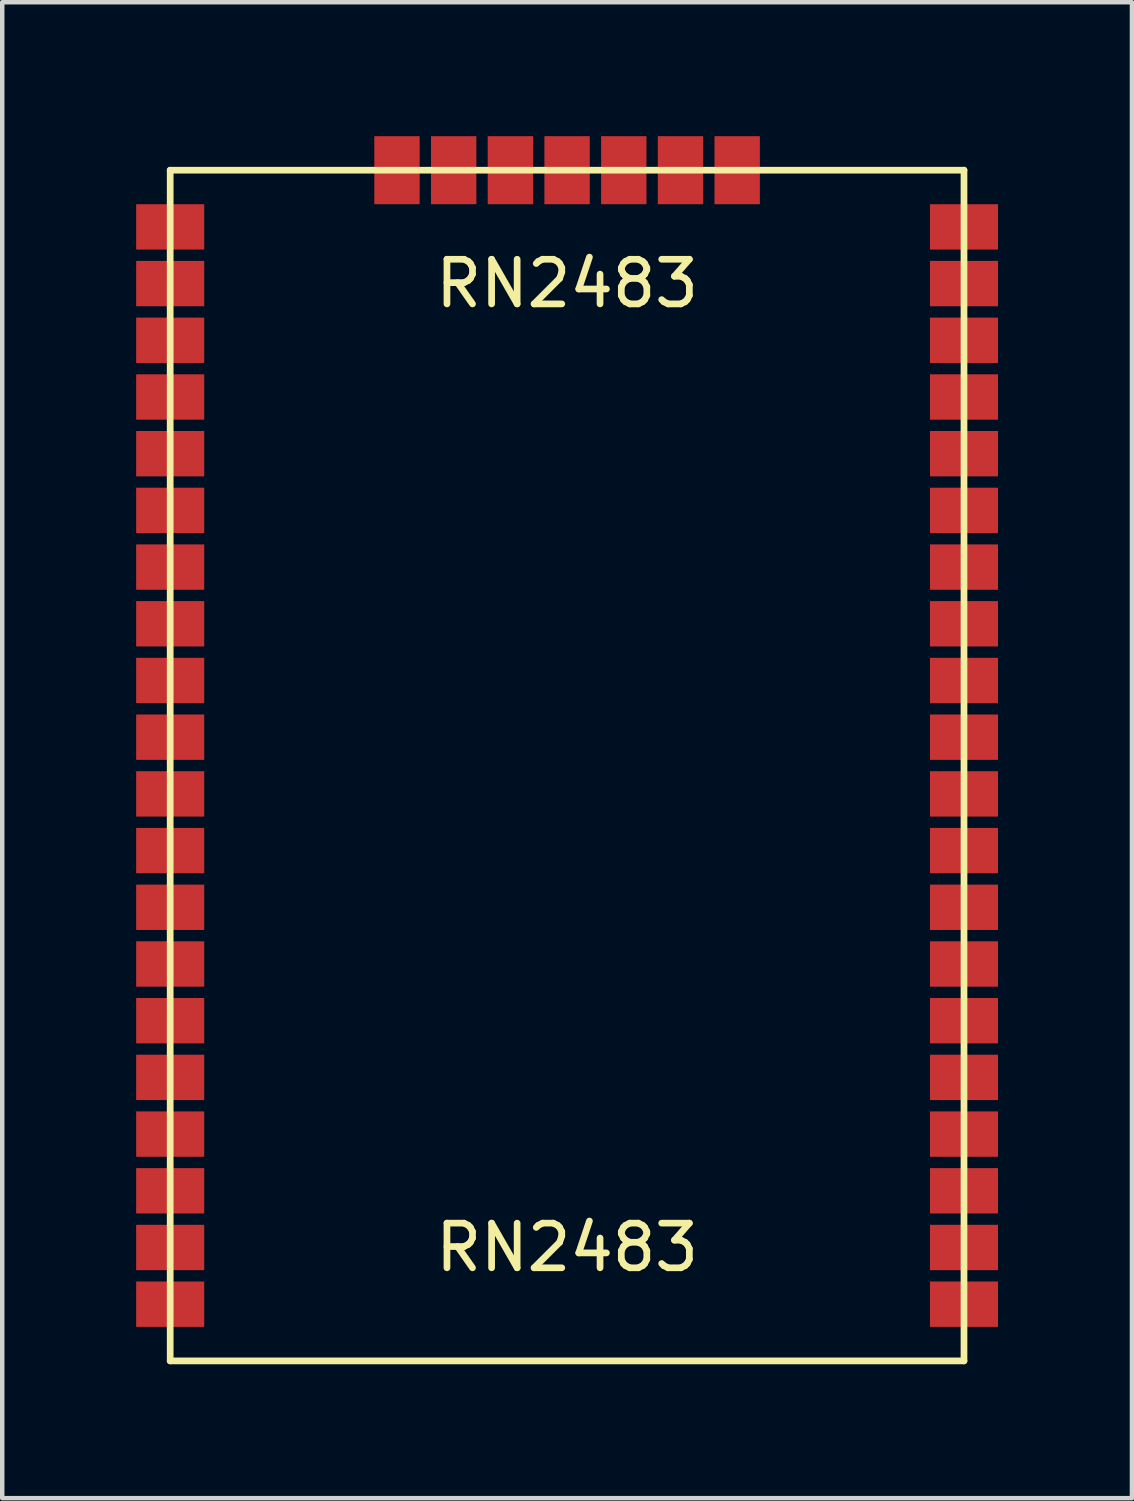
<source format=kicad_pcb>
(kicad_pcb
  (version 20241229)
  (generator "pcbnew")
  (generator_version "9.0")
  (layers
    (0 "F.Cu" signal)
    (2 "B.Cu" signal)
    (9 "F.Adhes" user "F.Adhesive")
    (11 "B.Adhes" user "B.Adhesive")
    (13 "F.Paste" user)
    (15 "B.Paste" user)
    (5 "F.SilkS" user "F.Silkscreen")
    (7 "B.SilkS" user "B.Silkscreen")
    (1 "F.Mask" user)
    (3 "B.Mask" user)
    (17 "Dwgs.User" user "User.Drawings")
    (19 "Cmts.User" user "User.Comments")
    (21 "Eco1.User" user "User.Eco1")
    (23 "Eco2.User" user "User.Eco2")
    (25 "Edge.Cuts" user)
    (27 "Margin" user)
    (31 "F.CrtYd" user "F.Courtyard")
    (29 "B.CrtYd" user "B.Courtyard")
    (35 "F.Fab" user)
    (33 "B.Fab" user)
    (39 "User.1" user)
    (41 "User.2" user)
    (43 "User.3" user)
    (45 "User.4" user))
  (footprint "RN2483"
    (layer "F.Cu")
    (at 9.652 14.097)
    (property "Reference" "RN2483" (at 0 -10.795 0) (layer "F.SilkS") (effects (font (size 1 1) (thickness 0.15))))
    (attr through_hole)
    (fp_line (start -8.89 -13.335) (end 8.89 -13.335) (stroke (width 0.15) (type solid)) (layer "F.SilkS"))
    (fp_line (start -8.89 13.335) (end -8.89 -13.335) (stroke (width 0.15) (type solid)) (layer "F.SilkS"))
    (fp_line (start 8.89 -13.335) (end 8.89 13.335) (stroke (width 0.15) (type solid)) (layer "F.SilkS"))
    (fp_line (start 8.89 13.335) (end -8.89 13.335) (stroke (width 0.15) (type solid)) (layer "F.SilkS"))
    (fp_text user "RN2483" (at 0 10.795 0) (layer "F.SilkS") (effects (font (size 1 1) (thickness 0.15))))
    (pad "1" smd rect (at 8.89 12.065) (size 1.524 1.016) (layers "F.Cu" "F.Mask" "F.Paste"))
    (pad "2" smd rect (at 8.89 10.795) (size 1.524 1.016) (layers "F.Cu" "F.Mask" "F.Paste"))
    (pad "3" smd rect (at 8.89 9.525) (size 1.524 1.016) (layers "F.Cu" "F.Mask" "F.Paste"))
    (pad "4" smd rect (at 8.89 8.255) (size 1.524 1.016) (layers "F.Cu" "F.Mask" "F.Paste"))
    (pad "5" smd rect (at 8.89 6.985) (size 1.524 1.016) (layers "F.Cu" "F.Mask" "F.Paste"))
    (pad "6" smd rect (at 8.89 5.715) (size 1.524 1.016) (layers "F.Cu" "F.Mask" "F.Paste"))
    (pad "7" smd rect (at 8.89 4.445) (size 1.524 1.016) (layers "F.Cu" "F.Mask" "F.Paste"))
    (pad "8" smd rect (at 8.89 3.175) (size 1.524 1.016) (layers "F.Cu" "F.Mask" "F.Paste"))
    (pad "9" smd rect (at 8.89 1.905) (size 1.524 1.016) (layers "F.Cu" "F.Mask" "F.Paste"))
    (pad "10" smd rect (at 8.89 0.635) (size 1.524 1.016) (layers "F.Cu" "F.Mask" "F.Paste"))
    (pad "11" smd rect (at 8.89 -0.635) (size 1.524 1.016) (layers "F.Cu" "F.Mask" "F.Paste"))
    (pad "12" smd rect (at 8.89 -1.905) (size 1.524 1.016) (layers "F.Cu" "F.Mask" "F.Paste"))
    (pad "13" smd rect (at 8.89 -3.175) (size 1.524 1.016) (layers "F.Cu" "F.Mask" "F.Paste"))
    (pad "14" smd rect (at 8.89 -4.445) (size 1.524 1.016) (layers "F.Cu" "F.Mask" "F.Paste"))
    (pad "15" smd rect (at 8.89 -5.715) (size 1.524 1.016) (layers "F.Cu" "F.Mask" "F.Paste"))
    (pad "16" smd rect (at 8.89 -6.985) (size 1.524 1.016) (layers "F.Cu" "F.Mask" "F.Paste"))
    (pad "17" smd rect (at 8.89 -8.255) (size 1.524 1.016) (layers "F.Cu" "F.Mask" "F.Paste"))
    (pad "18" smd rect (at 8.89 -9.525) (size 1.524 1.016) (layers "F.Cu" "F.Mask" "F.Paste"))
    (pad "19" smd rect (at 8.89 -10.795) (size 1.524 1.016) (layers "F.Cu" "F.Mask" "F.Paste"))
    (pad "20" smd rect (at 8.89 -12.065) (size 1.524 1.016) (layers "F.Cu" "F.Mask" "F.Paste"))
    (pad "21" smd rect (at 3.81 -13.335 90) (size 1.524 1.016) (layers "F.Cu" "F.Mask" "F.Paste"))
    (pad "22" smd rect (at 2.54 -13.335 90) (size 1.524 1.016) (layers "F.Cu" "F.Mask" "F.Paste"))
    (pad "23" smd rect (at 1.27 -13.335 90) (size 1.524 1.016) (layers "F.Cu" "F.Mask" "F.Paste"))
    (pad "24" smd rect (at 0 -13.335 90) (size 1.524 1.016) (layers "F.Cu" "F.Mask" "F.Paste"))
    (pad "25" smd rect (at -1.27 -13.335 90) (size 1.524 1.016) (layers "F.Cu" "F.Mask" "F.Paste"))
    (pad "26" smd rect (at -2.54 -13.335 90) (size 1.524 1.016) (layers "F.Cu" "F.Mask" "F.Paste"))
    (pad "27" smd rect (at -3.81 -13.335 90) (size 1.524 1.016) (layers "F.Cu" "F.Mask" "F.Paste"))
    (pad "28" smd rect (at -8.89 -12.065) (size 1.524 1.016) (layers "F.Cu" "F.Mask" "F.Paste"))
    (pad "29" smd rect (at -8.89 -10.795) (size 1.524 1.016) (layers "F.Cu" "F.Mask" "F.Paste"))
    (pad "30" smd rect (at -8.89 -9.525) (size 1.524 1.016) (layers "F.Cu" "F.Mask" "F.Paste"))
    (pad "31" smd rect (at -8.89 -8.255) (size 1.524 1.016) (layers "F.Cu" "F.Mask" "F.Paste"))
    (pad "32" smd rect (at -8.89 -6.985) (size 1.524 1.016) (layers "F.Cu" "F.Mask" "F.Paste"))
    (pad "33" smd rect (at -8.89 -5.715) (size 1.524 1.016) (layers "F.Cu" "F.Mask" "F.Paste"))
    (pad "34" smd rect (at -8.89 -4.445) (size 1.524 1.016) (layers "F.Cu" "F.Mask" "F.Paste"))
    (pad "35" smd rect (at -8.89 -3.175) (size 1.524 1.016) (layers "F.Cu" "F.Mask" "F.Paste"))
    (pad "36" smd rect (at -8.89 -1.905) (size 1.524 1.016) (layers "F.Cu" "F.Mask" "F.Paste"))
    (pad "37" smd rect (at -8.89 -0.635) (size 1.524 1.016) (layers "F.Cu" "F.Mask" "F.Paste"))
    (pad "38" smd rect (at -8.89 0.635) (size 1.524 1.016) (layers "F.Cu" "F.Mask" "F.Paste"))
    (pad "39" smd rect (at -8.89 1.905) (size 1.524 1.016) (layers "F.Cu" "F.Mask" "F.Paste"))
    (pad "40" smd rect (at -8.89 3.175) (size 1.524 1.016) (layers "F.Cu" "F.Mask" "F.Paste"))
    (pad "41" smd rect (at -8.89 4.445) (size 1.524 1.016) (layers "F.Cu" "F.Mask" "F.Paste"))
    (pad "42" smd rect (at -8.89 5.715) (size 1.524 1.016) (layers "F.Cu" "F.Mask" "F.Paste"))
    (pad "43" smd rect (at -8.89 6.985) (size 1.524 1.016) (layers "F.Cu" "F.Mask" "F.Paste"))
    (pad "44" smd rect (at -8.89 8.255) (size 1.524 1.016) (layers "F.Cu" "F.Mask" "F.Paste"))
    (pad "45" smd rect (at -8.89 9.525) (size 1.524 1.016) (layers "F.Cu" "F.Mask" "F.Paste"))
    (pad "46" smd rect (at -8.89 10.795) (size 1.524 1.016) (layers "F.Cu" "F.Mask" "F.Paste"))
    (pad "47" smd rect (at -8.89 12.065) (size 1.524 1.016) (layers "F.Cu" "F.Mask" "F.Paste")))
  (gr_rect
    (start -3 -3)
    (end 22.304 30.507)
    (stroke (width 0.1) (type default))
    (fill no)
    (layer "Edge.Cuts")))
</source>
